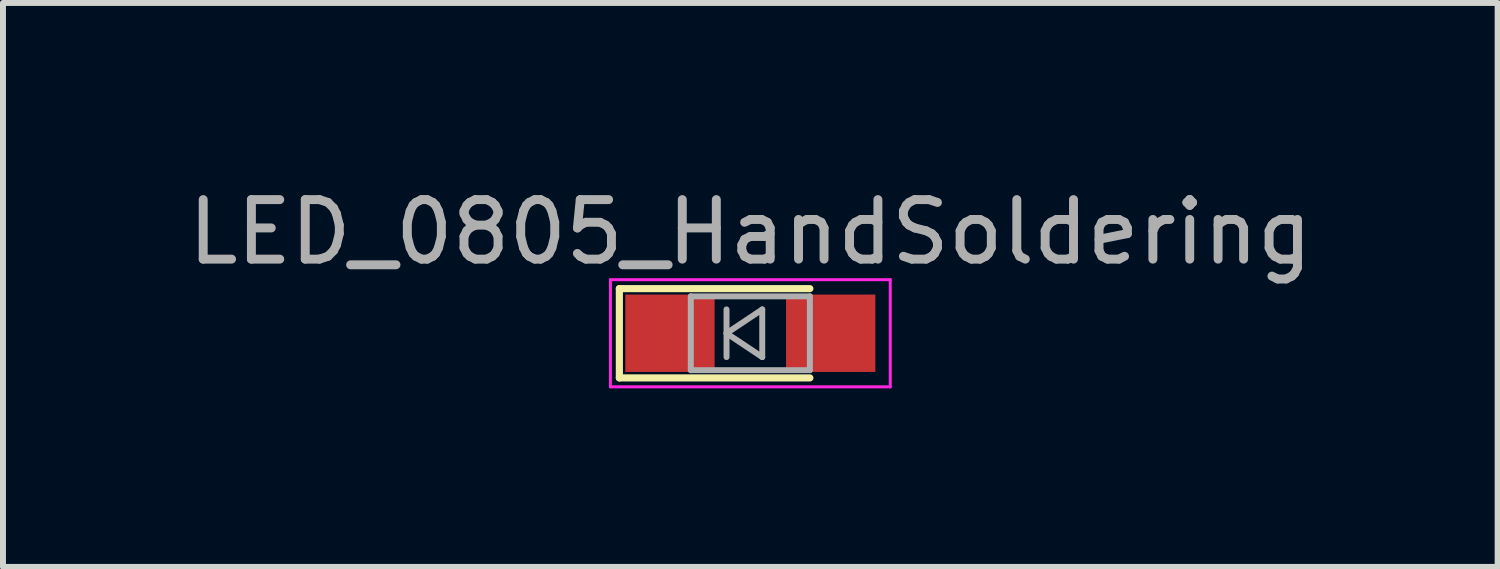
<source format=kicad_pcb>
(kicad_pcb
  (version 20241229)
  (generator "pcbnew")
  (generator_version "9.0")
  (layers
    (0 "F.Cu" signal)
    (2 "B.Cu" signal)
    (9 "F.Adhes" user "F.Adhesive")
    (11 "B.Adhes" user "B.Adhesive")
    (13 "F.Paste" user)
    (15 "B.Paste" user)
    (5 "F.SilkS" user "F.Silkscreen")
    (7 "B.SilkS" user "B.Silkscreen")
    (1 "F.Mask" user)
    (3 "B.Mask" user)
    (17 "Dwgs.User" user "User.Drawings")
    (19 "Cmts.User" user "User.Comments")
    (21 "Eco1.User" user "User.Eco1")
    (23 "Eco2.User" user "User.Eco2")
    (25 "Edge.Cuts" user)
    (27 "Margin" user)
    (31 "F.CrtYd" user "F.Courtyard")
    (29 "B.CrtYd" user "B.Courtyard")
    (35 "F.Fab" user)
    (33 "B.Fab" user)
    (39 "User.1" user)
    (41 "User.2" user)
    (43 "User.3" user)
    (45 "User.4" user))
  (footprint "LED_0805_HandSoldering"
    (layer "F.Cu")
    (at 9.554 2.548)
    (property "Reference" "LED_0805_HandSoldering" (at 0 -1.7 0) (layer "F.Fab") (effects (font (size 1 1) (thickness 0.15))))
    (attr smd)
    (fp_line (start -2.2 -0.75) (end -2.2 0.75) (stroke (width 0.12) (type solid)) (layer "F.SilkS"))
    (fp_line (start -2.2 -0.75) (end 1 -0.75) (stroke (width 0.12) (type solid)) (layer "F.SilkS"))
    (fp_line (start 1 0.75) (end -2.2 0.75) (stroke (width 0.12) (type solid)) (layer "F.SilkS"))
    (fp_line (start -2.35 -0.9) (end -2.35 0.9) (stroke (width 0.05) (type solid)) (layer "F.CrtYd"))
    (fp_line (start -2.35 -0.9) (end 2.35 -0.9) (stroke (width 0.05) (type solid)) (layer "F.CrtYd"))
    (fp_line (start 2.35 0.9) (end -2.35 0.9) (stroke (width 0.05) (type solid)) (layer "F.CrtYd"))
    (fp_line (start 2.35 0.9) (end 2.35 -0.9) (stroke (width 0.05) (type solid)) (layer "F.CrtYd"))
    (fp_line (start -1 -0.62) (end 1 -0.62) (stroke (width 0.1) (type solid)) (layer "F.Fab"))
    (fp_line (start -1 0.62) (end -1 -0.62) (stroke (width 0.1) (type solid)) (layer "F.Fab"))
    (fp_line (start -0.4 -0.4) (end -0.4 0.4) (stroke (width 0.1) (type solid)) (layer "F.Fab"))
    (fp_line (start -0.4 0) (end 0.2 -0.4) (stroke (width 0.1) (type solid)) (layer "F.Fab"))
    (fp_line (start 0.2 -0.4) (end 0.2 0.4) (stroke (width 0.1) (type solid)) (layer "F.Fab"))
    (fp_line (start 0.2 0.4) (end -0.4 0) (stroke (width 0.1) (type solid)) (layer "F.Fab"))
    (fp_line (start 1 -0.62) (end 1 0.62) (stroke (width 0.1) (type solid)) (layer "F.Fab"))
    (fp_line (start 1 0.62) (end -1 0.62) (stroke (width 0.1) (type solid)) (layer "F.Fab"))
    (pad "1" smd rect (at -1.35 0) (size 1.5 1.3) (layers "F.Cu" "F.Mask" "F.Paste"))
    (pad "2" smd rect (at 1.35 0) (size 1.5 1.3) (layers "F.Cu" "F.Mask" "F.Paste")))
  (gr_rect
    (start -3 -3)
    (end 22.107 6.473)
    (stroke (width 0.1) (type default))
    (fill no)
    (layer "Edge.Cuts")))
</source>
